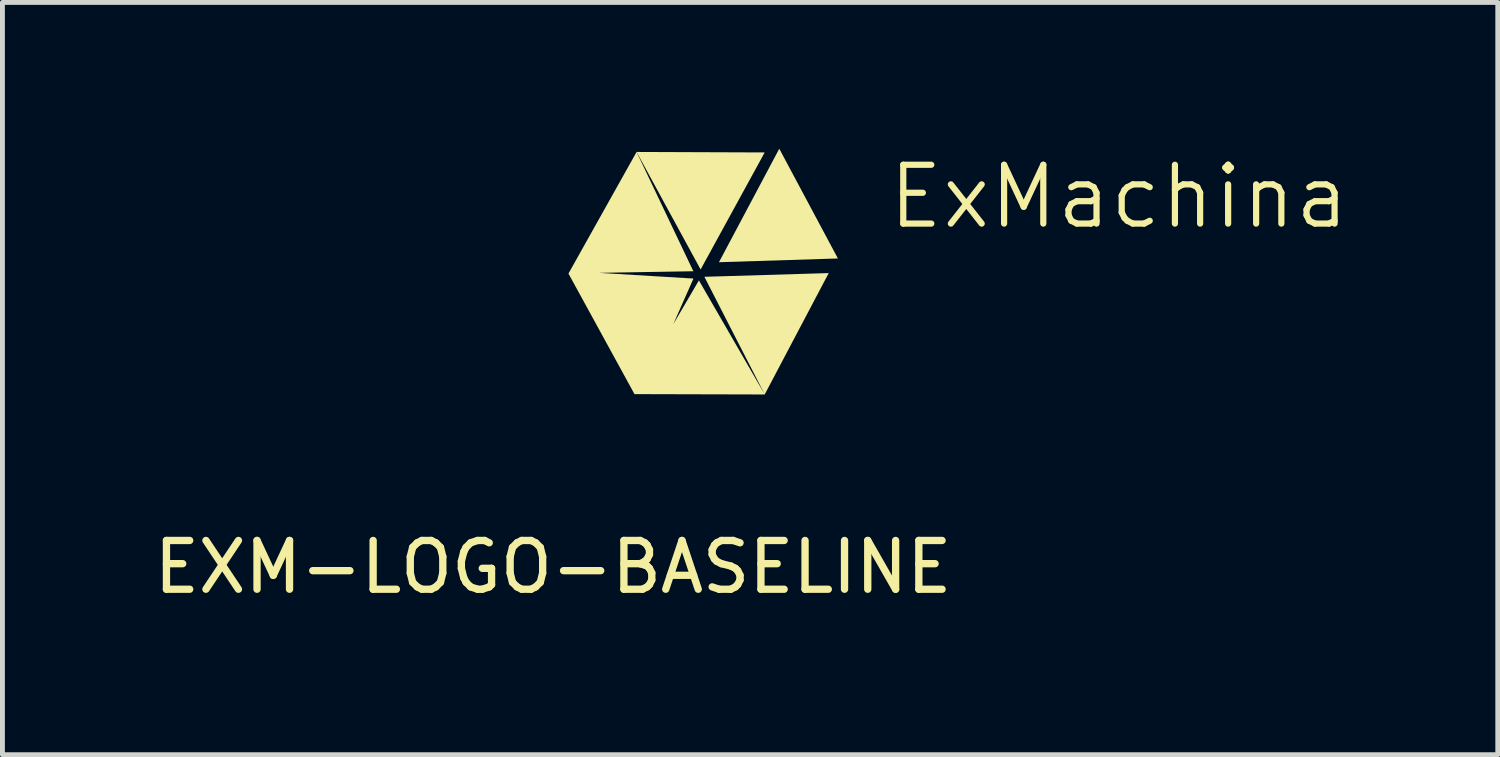
<source format=kicad_pcb>
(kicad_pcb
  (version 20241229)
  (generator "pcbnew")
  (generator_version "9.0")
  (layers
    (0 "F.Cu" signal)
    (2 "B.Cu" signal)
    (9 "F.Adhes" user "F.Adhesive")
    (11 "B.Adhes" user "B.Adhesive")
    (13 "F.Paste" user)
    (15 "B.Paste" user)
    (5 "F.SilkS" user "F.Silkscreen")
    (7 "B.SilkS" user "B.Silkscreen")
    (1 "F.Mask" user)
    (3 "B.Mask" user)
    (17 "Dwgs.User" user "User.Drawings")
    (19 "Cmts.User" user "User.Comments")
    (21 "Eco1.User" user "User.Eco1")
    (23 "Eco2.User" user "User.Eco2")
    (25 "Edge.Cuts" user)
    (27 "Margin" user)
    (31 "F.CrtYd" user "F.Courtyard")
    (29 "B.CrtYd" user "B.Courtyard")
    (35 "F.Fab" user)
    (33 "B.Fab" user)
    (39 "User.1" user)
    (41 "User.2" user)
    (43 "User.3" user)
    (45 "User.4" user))
  (footprint "EXM-LOGO-BASELINE"
    (layer "F.Cu")
    (at 11.292 2.578)
    (property "Reference" "EXM-LOGO-BASELINE" (at -3 6 0) (layer "F.SilkS") (effects (font (size 1 1) (thickness 0.15))))
    (attr through_hole)
    (fp_line (start -1 0) (end 1 0) (stroke (width 0.001) (type solid)) (layer "F.SilkS"))
    (fp_poly (pts (xy 1.638 -2.578) (xy 0.401 -0.251) (xy 2.84 -0.328)) (stroke (width 0) (type solid)) (fill yes) (layer "F.SilkS"))
    (fp_poly (pts (xy 2.652 -0.028) (xy 1.339 2.461) (xy -1.331 2.454) (xy -2.685 -0.018) (xy -1.288 -2.512) (xy 1.339 -2.502) (xy 0.025 -0.102) (xy -1.288 -2.512) (xy -0.124 -0.066) (xy -2.062 -0.033) (xy -0.122 0.084) (xy -0.536 1.021) (xy -0.01 0.122) (xy 1.339 2.459) (xy 0.102 0.048)) (stroke (width 0) (type solid)) (fill yes) (layer "F.SilkS"))
    (fp_text user "ExMachina" (at 3.81 -0.889 180) (layer "F.SilkS") (effects (font (size 1.206 1.206) (thickness 0.127)) (justify left bottom))))
  (gr_rect
    (start -3 -3)
    (end 27.664 12.426)
    (stroke (width 0.1) (type default))
    (fill no)
    (layer "Edge.Cuts")))
</source>
